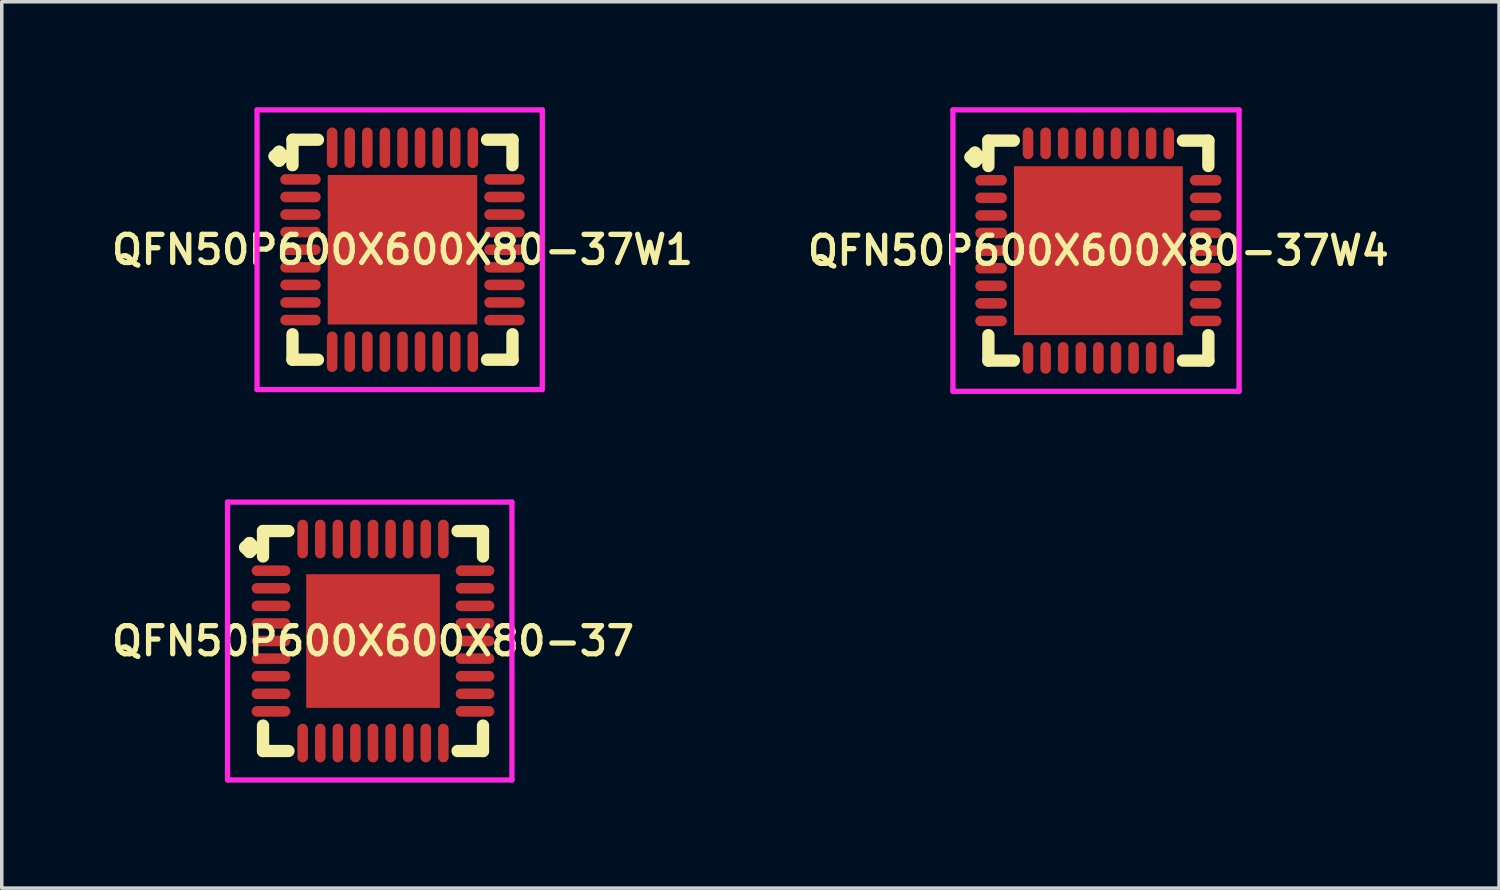
<source format=kicad_pcb>
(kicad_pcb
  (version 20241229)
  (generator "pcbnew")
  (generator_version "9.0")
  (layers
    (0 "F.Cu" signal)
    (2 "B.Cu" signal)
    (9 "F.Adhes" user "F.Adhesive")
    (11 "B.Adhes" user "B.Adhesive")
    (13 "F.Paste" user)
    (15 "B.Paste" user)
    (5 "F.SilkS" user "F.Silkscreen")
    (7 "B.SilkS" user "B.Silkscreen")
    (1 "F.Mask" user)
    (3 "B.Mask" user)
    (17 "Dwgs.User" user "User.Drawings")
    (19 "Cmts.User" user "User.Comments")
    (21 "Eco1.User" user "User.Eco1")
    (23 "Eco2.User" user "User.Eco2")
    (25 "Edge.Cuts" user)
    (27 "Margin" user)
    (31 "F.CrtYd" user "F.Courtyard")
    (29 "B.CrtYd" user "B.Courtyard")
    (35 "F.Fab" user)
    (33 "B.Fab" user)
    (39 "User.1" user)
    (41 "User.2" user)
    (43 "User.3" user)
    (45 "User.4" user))
  (footprint "QFN50P600X600X80-37W1"
    (layer "F.Cu")
    (at 8.393 4.05)
    (property "Reference" "QFN50P600X600X80-37W1" (at 0 0 0) (layer "F.SilkS") (effects (font (size 0.8 0.8) (thickness 0.15))))
    (attr smd)
    (fp_line (start -3.635 -2.658) (end -3.508 -2.785) (stroke (width 0.35) (type solid)) (layer "F.SilkS"))
    (fp_line (start -3.508 -2.785) (end -3.381 -2.658) (stroke (width 0.35) (type solid)) (layer "F.SilkS"))
    (fp_line (start -3.508 -2.531) (end -3.635 -2.658) (stroke (width 0.35) (type solid)) (layer "F.SilkS"))
    (fp_line (start -3.381 -2.658) (end -3.508 -2.531) (stroke (width 0.35) (type solid)) (layer "F.SilkS"))
    (fp_line (start -3.127 -3.127) (end -2.404 -3.127) (stroke (width 0.35) (type solid)) (layer "F.SilkS"))
    (fp_line (start -3.127 -2.404) (end -3.127 -3.127) (stroke (width 0.35) (type solid)) (layer "F.SilkS"))
    (fp_line (start -3.127 2.404) (end -3.127 3.127) (stroke (width 0.35) (type solid)) (layer "F.SilkS"))
    (fp_line (start -3.127 3.127) (end -2.404 3.127) (stroke (width 0.35) (type solid)) (layer "F.SilkS"))
    (fp_line (start 2.404 -3.127) (end 3.127 -3.127) (stroke (width 0.35) (type solid)) (layer "F.SilkS"))
    (fp_line (start 2.404 3.127) (end 3.127 3.127) (stroke (width 0.35) (type solid)) (layer "F.SilkS"))
    (fp_line (start 3.127 -3.127) (end 3.127 -2.404) (stroke (width 0.35) (type solid)) (layer "F.SilkS"))
    (fp_line (start 3.127 3.127) (end 3.127 2.404) (stroke (width 0.35) (type solid)) (layer "F.SilkS"))
    (fp_line (start -4.135 -3.975) (end 3.975 -3.975) (stroke (width 0.15) (type solid)) (layer "F.CrtYd"))
    (fp_line (start -4.135 3.975) (end -4.135 -3.975) (stroke (width 0.15) (type solid)) (layer "F.CrtYd"))
    (fp_line (start 3.975 -3.975) (end 3.975 3.975) (stroke (width 0.15) (type solid)) (layer "F.CrtYd"))
    (fp_line (start 3.975 3.975) (end -4.135 3.975) (stroke (width 0.15) (type solid)) (layer "F.CrtYd"))
    (pad "1" smd oval (at -2.9 -2) (size 1.15 0.3) (layers "F.Cu" "F.Mask" "F.Paste"))
    (pad "2" smd oval (at -2.9 -1.5) (size 1.15 0.3) (layers "F.Cu" "F.Mask" "F.Paste"))
    (pad "3" smd oval (at -2.9 -1) (size 1.15 0.3) (layers "F.Cu" "F.Mask" "F.Paste"))
    (pad "4" smd oval (at -2.9 -0.5) (size 1.15 0.3) (layers "F.Cu" "F.Mask" "F.Paste"))
    (pad "5" smd oval (at -2.9 0) (size 1.15 0.3) (layers "F.Cu" "F.Mask" "F.Paste"))
    (pad "6" smd oval (at -2.9 0.5) (size 1.15 0.3) (layers "F.Cu" "F.Mask" "F.Paste"))
    (pad "7" smd oval (at -2.9 1) (size 1.15 0.3) (layers "F.Cu" "F.Mask" "F.Paste"))
    (pad "8" smd oval (at -2.9 1.5) (size 1.15 0.3) (layers "F.Cu" "F.Mask" "F.Paste"))
    (pad "9" smd oval (at -2.9 2) (size 1.15 0.3) (layers "F.Cu" "F.Mask" "F.Paste"))
    (pad "10" smd oval (at -2 2.9) (size 0.3 1.15) (layers "F.Cu" "F.Mask" "F.Paste"))
    (pad "11" smd oval (at -1.5 2.9) (size 0.3 1.15) (layers "F.Cu" "F.Mask" "F.Paste"))
    (pad "12" smd oval (at -1 2.9) (size 0.3 1.15) (layers "F.Cu" "F.Mask" "F.Paste"))
    (pad "13" smd oval (at -0.5 2.9) (size 0.3 1.15) (layers "F.Cu" "F.Mask" "F.Paste"))
    (pad "14" smd oval (at 0 2.9) (size 0.3 1.15) (layers "F.Cu" "F.Mask" "F.Paste"))
    (pad "15" smd oval (at 0.5 2.9) (size 0.3 1.15) (layers "F.Cu" "F.Mask" "F.Paste"))
    (pad "16" smd oval (at 1 2.9) (size 0.3 1.15) (layers "F.Cu" "F.Mask" "F.Paste"))
    (pad "17" smd oval (at 1.5 2.9) (size 0.3 1.15) (layers "F.Cu" "F.Mask" "F.Paste"))
    (pad "18" smd oval (at 2 2.9) (size 0.3 1.15) (layers "F.Cu" "F.Mask" "F.Paste"))
    (pad "19" smd oval (at 2.9 2) (size 1.15 0.3) (layers "F.Cu" "F.Mask" "F.Paste"))
    (pad "20" smd oval (at 2.9 1.5) (size 1.15 0.3) (layers "F.Cu" "F.Mask" "F.Paste"))
    (pad "21" smd oval (at 2.9 1) (size 1.15 0.3) (layers "F.Cu" "F.Mask" "F.Paste"))
    (pad "22" smd oval (at 2.9 0.5) (size 1.15 0.3) (layers "F.Cu" "F.Mask" "F.Paste"))
    (pad "23" smd oval (at 2.9 0) (size 1.15 0.3) (layers "F.Cu" "F.Mask" "F.Paste"))
    (pad "24" smd oval (at 2.9 -0.5) (size 1.15 0.3) (layers "F.Cu" "F.Mask" "F.Paste"))
    (pad "25" smd oval (at 2.9 -1) (size 1.15 0.3) (layers "F.Cu" "F.Mask" "F.Paste"))
    (pad "26" smd oval (at 2.9 -1.5) (size 1.15 0.3) (layers "F.Cu" "F.Mask" "F.Paste"))
    (pad "27" smd oval (at 2.9 -2) (size 1.15 0.3) (layers "F.Cu" "F.Mask" "F.Paste"))
    (pad "28" smd oval (at 2 -2.9) (size 0.3 1.15) (layers "F.Cu" "F.Mask" "F.Paste"))
    (pad "29" smd oval (at 1.5 -2.9) (size 0.3 1.15) (layers "F.Cu" "F.Mask" "F.Paste"))
    (pad "30" smd oval (at 1 -2.9) (size 0.3 1.15) (layers "F.Cu" "F.Mask" "F.Paste"))
    (pad "31" smd oval (at 0.5 -2.9) (size 0.3 1.15) (layers "F.Cu" "F.Mask" "F.Paste"))
    (pad "32" smd oval (at 0 -2.9) (size 0.3 1.15) (layers "F.Cu" "F.Mask" "F.Paste"))
    (pad "33" smd oval (at -0.5 -2.9) (size 0.3 1.15) (layers "F.Cu" "F.Mask" "F.Paste"))
    (pad "34" smd oval (at -1 -2.9) (size 0.3 1.15) (layers "F.Cu" "F.Mask" "F.Paste"))
    (pad "35" smd oval (at -1.5 -2.9) (size 0.3 1.15) (layers "F.Cu" "F.Mask" "F.Paste"))
    (pad "36" smd oval (at -2 -2.9) (size 0.3 1.15) (layers "F.Cu" "F.Mask" "F.Paste"))
    (pad "37" smd rect (at 0 0) (size 4.25 4.25) (layers "F.Cu" "F.Mask" "F.Paste")))
  (footprint "QFN50P600X600X80-37W4"
    (layer "F.Cu")
    (at 28.178 4.075)
    (property "Reference" "QFN50P600X600X80-37W4" (at 0 0 0) (layer "F.SilkS") (effects (font (size 0.8 0.8) (thickness 0.15))))
    (attr through_hole)
    (fp_line (start -3.635 -2.658) (end -3.508 -2.785) (stroke (width 0.35) (type solid)) (layer "F.SilkS"))
    (fp_line (start -3.508 -2.785) (end -3.381 -2.658) (stroke (width 0.35) (type solid)) (layer "F.SilkS"))
    (fp_line (start -3.508 -2.531) (end -3.635 -2.658) (stroke (width 0.35) (type solid)) (layer "F.SilkS"))
    (fp_line (start -3.381 -2.658) (end -3.508 -2.531) (stroke (width 0.35) (type solid)) (layer "F.SilkS"))
    (fp_line (start -3.127 -3.127) (end -2.404 -3.127) (stroke (width 0.35) (type solid)) (layer "F.SilkS"))
    (fp_line (start -3.127 -2.404) (end -3.127 -3.127) (stroke (width 0.35) (type solid)) (layer "F.SilkS"))
    (fp_line (start -3.127 2.404) (end -3.127 3.127) (stroke (width 0.35) (type solid)) (layer "F.SilkS"))
    (fp_line (start -3.127 3.127) (end -2.404 3.127) (stroke (width 0.35) (type solid)) (layer "F.SilkS"))
    (fp_line (start 2.404 -3.127) (end 3.127 -3.127) (stroke (width 0.35) (type solid)) (layer "F.SilkS"))
    (fp_line (start 2.404 3.127) (end 3.127 3.127) (stroke (width 0.35) (type solid)) (layer "F.SilkS"))
    (fp_line (start 3.127 -3.127) (end 3.127 -2.404) (stroke (width 0.35) (type solid)) (layer "F.SilkS"))
    (fp_line (start 3.127 3.127) (end 3.127 2.404) (stroke (width 0.35) (type solid)) (layer "F.SilkS"))
    (fp_line (start -4.135 -4) (end 4 -4) (stroke (width 0.15) (type solid)) (layer "F.CrtYd"))
    (fp_line (start -4.135 4) (end -4.135 -4) (stroke (width 0.15) (type solid)) (layer "F.CrtYd"))
    (fp_line (start 4 -4) (end 4 4) (stroke (width 0.15) (type solid)) (layer "F.CrtYd"))
    (fp_line (start 4 4) (end -4.135 4) (stroke (width 0.15) (type solid)) (layer "F.CrtYd"))
    (pad "1" smd oval (at -3.05 -2) (size 0.9 0.3) (layers "F.Cu" "F.Mask" "F.Paste"))
    (pad "2" smd oval (at -3.05 -1.5) (size 0.9 0.3) (layers "F.Cu" "F.Mask" "F.Paste"))
    (pad "3" smd oval (at -3.05 -1) (size 0.9 0.3) (layers "F.Cu" "F.Mask" "F.Paste"))
    (pad "4" smd oval (at -3.05 -0.5) (size 0.9 0.3) (layers "F.Cu" "F.Mask" "F.Paste"))
    (pad "5" smd oval (at -3.05 0) (size 0.9 0.3) (layers "F.Cu" "F.Mask" "F.Paste"))
    (pad "6" smd oval (at -3.05 0.5) (size 0.9 0.3) (layers "F.Cu" "F.Mask" "F.Paste"))
    (pad "7" smd oval (at -3.05 1) (size 0.9 0.3) (layers "F.Cu" "F.Mask" "F.Paste"))
    (pad "8" smd oval (at -3.05 1.5) (size 0.9 0.3) (layers "F.Cu" "F.Mask" "F.Paste"))
    (pad "9" smd oval (at -3.05 2) (size 0.9 0.3) (layers "F.Cu" "F.Mask" "F.Paste"))
    (pad "10" smd oval (at -2 3.05) (size 0.3 0.9) (layers "F.Cu" "F.Mask" "F.Paste"))
    (pad "11" smd oval (at -1.5 3.05) (size 0.3 0.9) (layers "F.Cu" "F.Mask" "F.Paste"))
    (pad "12" smd oval (at -1 3.05) (size 0.3 0.9) (layers "F.Cu" "F.Mask" "F.Paste"))
    (pad "13" smd oval (at -0.5 3.05) (size 0.3 0.9) (layers "F.Cu" "F.Mask" "F.Paste"))
    (pad "14" smd oval (at 0 3.05) (size 0.3 0.9) (layers "F.Cu" "F.Mask" "F.Paste"))
    (pad "15" smd oval (at 0.5 3.05) (size 0.3 0.9) (layers "F.Cu" "F.Mask" "F.Paste"))
    (pad "16" smd oval (at 1 3.05) (size 0.3 0.9) (layers "F.Cu" "F.Mask" "F.Paste"))
    (pad "17" smd oval (at 1.5 3.05) (size 0.3 0.9) (layers "F.Cu" "F.Mask" "F.Paste"))
    (pad "18" smd oval (at 2 3.05) (size 0.3 0.9) (layers "F.Cu" "F.Mask" "F.Paste"))
    (pad "19" smd oval (at 3.05 2) (size 0.9 0.3) (layers "F.Cu" "F.Mask" "F.Paste"))
    (pad "20" smd oval (at 3.05 1.5) (size 0.9 0.3) (layers "F.Cu" "F.Mask" "F.Paste"))
    (pad "21" smd oval (at 3.05 1) (size 0.9 0.3) (layers "F.Cu" "F.Mask" "F.Paste"))
    (pad "22" smd oval (at 3.05 0.5) (size 0.9 0.3) (layers "F.Cu" "F.Mask" "F.Paste"))
    (pad "23" smd oval (at 3.05 0) (size 0.9 0.3) (layers "F.Cu" "F.Mask" "F.Paste"))
    (pad "24" smd oval (at 3.05 -0.5) (size 0.9 0.3) (layers "F.Cu" "F.Mask" "F.Paste"))
    (pad "25" smd oval (at 3.05 -1) (size 0.9 0.3) (layers "F.Cu" "F.Mask" "F.Paste"))
    (pad "26" smd oval (at 3.05 -1.5) (size 0.9 0.3) (layers "F.Cu" "F.Mask" "F.Paste"))
    (pad "27" smd oval (at 3.05 -2) (size 0.9 0.3) (layers "F.Cu" "F.Mask" "F.Paste"))
    (pad "28" smd oval (at 2 -3.05) (size 0.3 0.9) (layers "F.Cu" "F.Mask" "F.Paste"))
    (pad "29" smd oval (at 1.5 -3.05) (size 0.3 0.9) (layers "F.Cu" "F.Mask" "F.Paste"))
    (pad "30" smd oval (at 1 -3.05) (size 0.3 0.9) (layers "F.Cu" "F.Mask" "F.Paste"))
    (pad "31" smd oval (at 0.5 -3.05) (size 0.3 0.9) (layers "F.Cu" "F.Mask" "F.Paste"))
    (pad "32" smd oval (at 0 -3.05) (size 0.3 0.9) (layers "F.Cu" "F.Mask" "F.Paste"))
    (pad "33" smd oval (at -0.5 -3.05) (size 0.3 0.9) (layers "F.Cu" "F.Mask" "F.Paste"))
    (pad "34" smd oval (at -1 -3.05) (size 0.3 0.9) (layers "F.Cu" "F.Mask" "F.Paste"))
    (pad "35" smd oval (at -1.5 -3.05) (size 0.3 0.9) (layers "F.Cu" "F.Mask" "F.Paste"))
    (pad "36" smd oval (at -2 -3.05) (size 0.3 0.9) (layers "F.Cu" "F.Mask" "F.Paste"))
    (pad "37" smd rect (at 0 0) (size 4.8 4.8) (layers "F.Cu" "F.Mask" "F.Paste")))
  (footprint "QFN50P600X600X80-37"
    (layer "F.Cu")
    (at 7.555 15.175)
    (property "Reference" "QFN50P600X600X80-37" (at 0 0 0) (layer "F.SilkS") (effects (font (size 0.8 0.8) (thickness 0.15))))
    (attr smd)
    (fp_line (start -3.635 -2.658) (end -3.508 -2.785) (stroke (width 0.35) (type solid)) (layer "F.SilkS"))
    (fp_line (start -3.508 -2.785) (end -3.381 -2.658) (stroke (width 0.35) (type solid)) (layer "F.SilkS"))
    (fp_line (start -3.508 -2.531) (end -3.635 -2.658) (stroke (width 0.35) (type solid)) (layer "F.SilkS"))
    (fp_line (start -3.381 -2.658) (end -3.508 -2.531) (stroke (width 0.35) (type solid)) (layer "F.SilkS"))
    (fp_line (start -3.127 -3.127) (end -2.404 -3.127) (stroke (width 0.35) (type solid)) (layer "F.SilkS"))
    (fp_line (start -3.127 -2.404) (end -3.127 -3.127) (stroke (width 0.35) (type solid)) (layer "F.SilkS"))
    (fp_line (start -3.127 2.404) (end -3.127 3.127) (stroke (width 0.35) (type solid)) (layer "F.SilkS"))
    (fp_line (start -3.127 3.127) (end -2.404 3.127) (stroke (width 0.35) (type solid)) (layer "F.SilkS"))
    (fp_line (start 2.404 -3.127) (end 3.127 -3.127) (stroke (width 0.35) (type solid)) (layer "F.SilkS"))
    (fp_line (start 2.404 3.127) (end 3.127 3.127) (stroke (width 0.35) (type solid)) (layer "F.SilkS"))
    (fp_line (start 3.127 -3.127) (end 3.127 -2.404) (stroke (width 0.35) (type solid)) (layer "F.SilkS"))
    (fp_line (start 3.127 3.127) (end 3.127 2.404) (stroke (width 0.35) (type solid)) (layer "F.SilkS"))
    (fp_line (start -4.135 -3.95) (end 3.95 -3.95) (stroke (width 0.15) (type solid)) (layer "F.CrtYd"))
    (fp_line (start -4.135 3.95) (end -4.135 -3.95) (stroke (width 0.15) (type solid)) (layer "F.CrtYd"))
    (fp_line (start 3.95 -3.95) (end 3.95 3.95) (stroke (width 0.15) (type solid)) (layer "F.CrtYd"))
    (fp_line (start 3.95 3.95) (end -4.135 3.95) (stroke (width 0.15) (type solid)) (layer "F.CrtYd"))
    (pad "1" smd oval (at -2.9 -2) (size 1.1 0.3) (layers "F.Cu" "F.Mask" "F.Paste"))
    (pad "2" smd oval (at -2.9 -1.5) (size 1.1 0.3) (layers "F.Cu" "F.Mask" "F.Paste"))
    (pad "3" smd oval (at -2.9 -1) (size 1.1 0.3) (layers "F.Cu" "F.Mask" "F.Paste"))
    (pad "4" smd oval (at -2.9 -0.5) (size 1.1 0.3) (layers "F.Cu" "F.Mask" "F.Paste"))
    (pad "5" smd oval (at -2.9 0) (size 1.1 0.3) (layers "F.Cu" "F.Mask" "F.Paste"))
    (pad "6" smd oval (at -2.9 0.5) (size 1.1 0.3) (layers "F.Cu" "F.Mask" "F.Paste"))
    (pad "7" smd oval (at -2.9 1) (size 1.1 0.3) (layers "F.Cu" "F.Mask" "F.Paste"))
    (pad "8" smd oval (at -2.9 1.5) (size 1.1 0.3) (layers "F.Cu" "F.Mask" "F.Paste"))
    (pad "9" smd oval (at -2.9 2) (size 1.1 0.3) (layers "F.Cu" "F.Mask" "F.Paste"))
    (pad "10" smd oval (at -2 2.9) (size 0.3 1.1) (layers "F.Cu" "F.Mask" "F.Paste"))
    (pad "11" smd oval (at -1.5 2.9) (size 0.3 1.1) (layers "F.Cu" "F.Mask" "F.Paste"))
    (pad "12" smd oval (at -1 2.9) (size 0.3 1.1) (layers "F.Cu" "F.Mask" "F.Paste"))
    (pad "13" smd oval (at -0.5 2.9) (size 0.3 1.1) (layers "F.Cu" "F.Mask" "F.Paste"))
    (pad "14" smd oval (at 0 2.9) (size 0.3 1.1) (layers "F.Cu" "F.Mask" "F.Paste"))
    (pad "15" smd oval (at 0.5 2.9) (size 0.3 1.1) (layers "F.Cu" "F.Mask" "F.Paste"))
    (pad "16" smd oval (at 1 2.9) (size 0.3 1.1) (layers "F.Cu" "F.Mask" "F.Paste"))
    (pad "17" smd oval (at 1.5 2.9) (size 0.3 1.1) (layers "F.Cu" "F.Mask" "F.Paste"))
    (pad "18" smd oval (at 2 2.9) (size 0.3 1.1) (layers "F.Cu" "F.Mask" "F.Paste"))
    (pad "19" smd oval (at 2.9 2) (size 1.1 0.3) (layers "F.Cu" "F.Mask" "F.Paste"))
    (pad "20" smd oval (at 2.9 1.5) (size 1.1 0.3) (layers "F.Cu" "F.Mask" "F.Paste"))
    (pad "21" smd oval (at 2.9 1) (size 1.1 0.3) (layers "F.Cu" "F.Mask" "F.Paste"))
    (pad "22" smd oval (at 2.9 0.5) (size 1.1 0.3) (layers "F.Cu" "F.Mask" "F.Paste"))
    (pad "23" smd oval (at 2.9 0) (size 1.1 0.3) (layers "F.Cu" "F.Mask" "F.Paste"))
    (pad "24" smd oval (at 2.9 -0.5) (size 1.1 0.3) (layers "F.Cu" "F.Mask" "F.Paste"))
    (pad "25" smd oval (at 2.9 -1) (size 1.1 0.3) (layers "F.Cu" "F.Mask" "F.Paste"))
    (pad "26" smd oval (at 2.9 -1.5) (size 1.1 0.3) (layers "F.Cu" "F.Mask" "F.Paste"))
    (pad "27" smd oval (at 2.9 -2) (size 1.1 0.3) (layers "F.Cu" "F.Mask" "F.Paste"))
    (pad "28" smd oval (at 2 -2.9) (size 0.3 1.1) (layers "F.Cu" "F.Mask" "F.Paste"))
    (pad "29" smd oval (at 1.5 -2.9) (size 0.3 1.1) (layers "F.Cu" "F.Mask" "F.Paste"))
    (pad "30" smd oval (at 1 -2.9) (size 0.3 1.1) (layers "F.Cu" "F.Mask" "F.Paste"))
    (pad "31" smd oval (at 0.5 -2.9) (size 0.3 1.1) (layers "F.Cu" "F.Mask" "F.Paste"))
    (pad "32" smd oval (at 0 -2.9) (size 0.3 1.1) (layers "F.Cu" "F.Mask" "F.Paste"))
    (pad "33" smd oval (at -0.5 -2.9) (size 0.3 1.1) (layers "F.Cu" "F.Mask" "F.Paste"))
    (pad "34" smd oval (at -1 -2.9) (size 0.3 1.1) (layers "F.Cu" "F.Mask" "F.Paste"))
    (pad "35" smd oval (at -1.5 -2.9) (size 0.3 1.1) (layers "F.Cu" "F.Mask" "F.Paste"))
    (pad "36" smd oval (at -2 -2.9) (size 0.3 1.1) (layers "F.Cu" "F.Mask" "F.Paste"))
    (pad "37" smd rect (at 0 0) (size 3.8 3.8) (layers "F.Cu" "F.Mask" "F.Paste")))
  (gr_rect
    (start -3 -3)
    (end 39.57 22.2)
    (stroke (width 0.1) (type default))
    (fill no)
    (layer "Edge.Cuts")))
</source>
